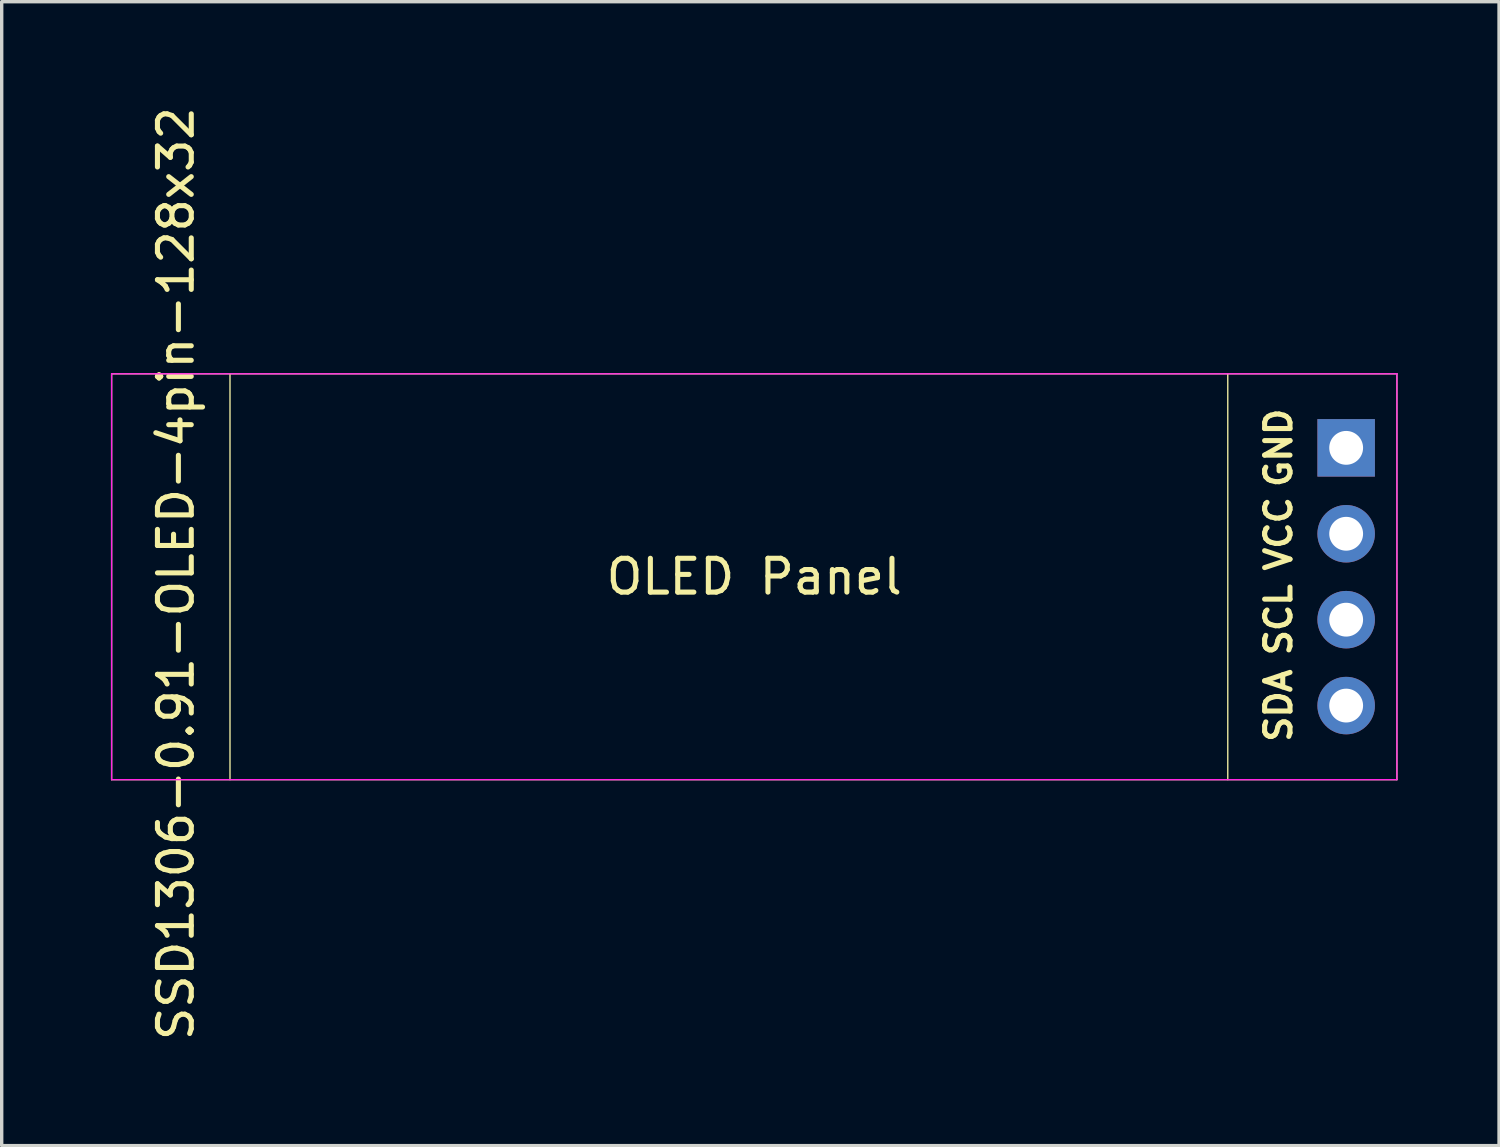
<source format=kicad_pcb>
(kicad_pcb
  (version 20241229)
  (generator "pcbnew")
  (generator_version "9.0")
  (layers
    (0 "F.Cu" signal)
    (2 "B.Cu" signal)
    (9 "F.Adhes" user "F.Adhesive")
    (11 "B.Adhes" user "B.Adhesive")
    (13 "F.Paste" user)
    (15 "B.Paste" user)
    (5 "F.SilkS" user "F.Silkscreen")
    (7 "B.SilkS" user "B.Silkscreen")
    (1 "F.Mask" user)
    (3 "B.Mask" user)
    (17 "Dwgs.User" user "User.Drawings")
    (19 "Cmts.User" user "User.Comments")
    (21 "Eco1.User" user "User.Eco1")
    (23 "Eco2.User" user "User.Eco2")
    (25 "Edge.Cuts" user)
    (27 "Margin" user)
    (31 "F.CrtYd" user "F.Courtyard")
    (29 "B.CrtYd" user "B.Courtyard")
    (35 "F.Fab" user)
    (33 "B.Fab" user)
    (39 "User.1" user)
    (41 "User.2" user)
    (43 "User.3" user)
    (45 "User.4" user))
  (footprint "SSD1306-0.91-OLED-4pin-128x32"
    (layer "F.Cu")
    (at 0.25 8.001)
    (property "Reference" "SSD1306-0.91-OLED-4pin-128x32" (at 1.9 5.91 90) (layer "F.SilkS") (effects (font (size 1 1) (thickness 0.15))))
    (attr through_hole)
    (fp_line (start 0 0) (end 0 12) (stroke (width 0.04) (type solid)) (layer "F.SilkS"))
    (fp_line (start 0 12) (end 38 12) (stroke (width 0.04) (type solid)) (layer "F.SilkS"))
    (fp_line (start 3.5 0) (end 3.5 12) (stroke (width 0.04) (type solid)) (layer "F.SilkS"))
    (fp_line (start 33 0) (end 33 12) (stroke (width 0.04) (type solid)) (layer "F.SilkS"))
    (fp_line (start 38 0) (end 0 0) (stroke (width 0.04) (type solid)) (layer "F.SilkS"))
    (fp_line (start 38 12) (end 38 0) (stroke (width 0.04) (type solid)) (layer "F.SilkS"))
    (fp_line (start 0 0) (end 0 12) (stroke (width 0.04) (type solid)) (layer "F.CrtYd"))
    (fp_line (start 0 12) (end 38 12) (stroke (width 0.04) (type solid)) (layer "F.CrtYd"))
    (fp_line (start 38 0) (end 0 0) (stroke (width 0.04) (type solid)) (layer "F.CrtYd"))
    (fp_line (start 38 12) (end 38 0) (stroke (width 0.04) (type solid)) (layer "F.CrtYd"))
    (fp_text user "SDA" (at 34.5 9.81 270) (layer "F.SilkS") (effects (font (size 0.75 0.75) (thickness 0.15))))
    (fp_text user "GND" (at 34.5 2.19 270) (layer "F.SilkS") (effects (font (size 0.75 0.75) (thickness 0.15))))
    (fp_text user "SCL" (at 34.5 7.27 270) (layer "F.SilkS") (effects (font (size 0.75 0.75) (thickness 0.15))))
    (fp_text user "OLED Panel" (at 19 6 0) (layer "F.SilkS") (effects (font (size 1 1) (thickness 0.15))))
    (fp_text user "VCC" (at 34.5 4.73 270) (layer "F.SilkS") (effects (font (size 0.75 0.75) (thickness 0.15))))
    (pad "1" thru_hole rect (at 36.5 2.19) (size 1.7 1.7) (drill 1) (layers "*.Cu" "*.Mask"))
    (pad "2" thru_hole oval (at 36.5 4.73) (size 1.7 1.7) (drill 1) (layers "*.Cu" "*.Mask"))
    (pad "3" thru_hole oval (at 36.5 7.27) (size 1.7 1.7) (drill 1) (layers "*.Cu" "*.Mask"))
    (pad "4" thru_hole oval (at 36.5 9.81) (size 1.7 1.7) (drill 1) (layers "*.Cu" "*.Mask")))
  (gr_rect
    (start -3 -3)
    (end 41.27 30.821)
    (stroke (width 0.1) (type default))
    (fill no)
    (layer "Edge.Cuts")))
</source>
